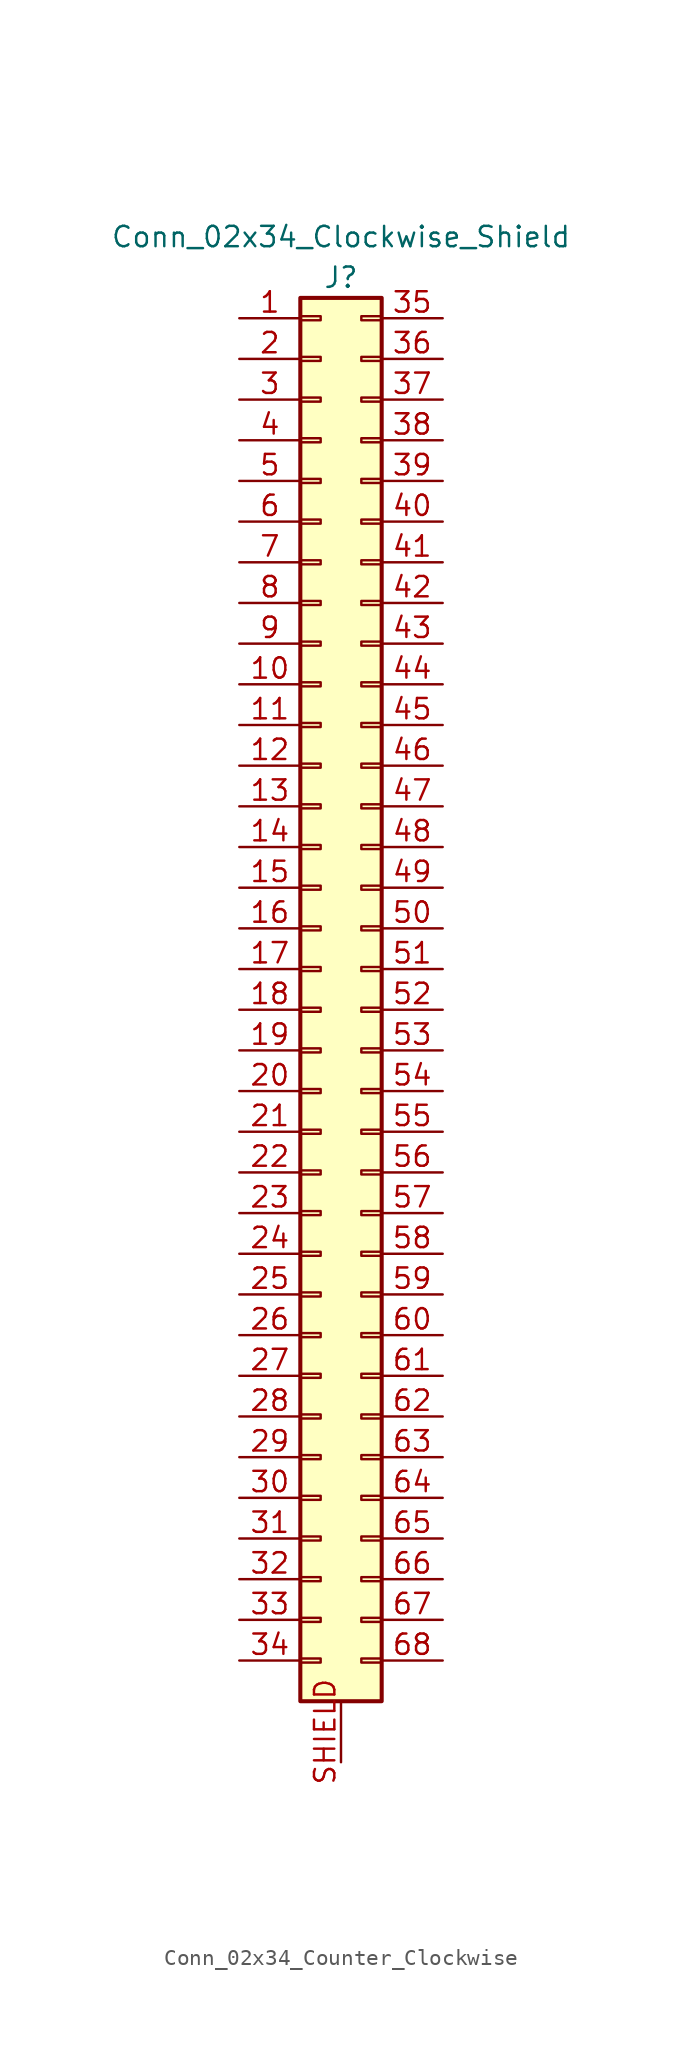
<source format=kicad_sym>
(kicad_symbol_lib
  (version 20241209)
  (generator "kicad_symbol_editor")
  (generator_version "9.0")
  (symbol "Conn_02x34_Counter_Clockwise"
    (pin_names
      (offset 1.016)
      (hide yes))
    (property "Reference" "J"
      (at 0 43.18 0)
      (effects (font (size 1.27 1.27))))
    (property "Value" "Conn_02x34_Clockwise_Shield"
      (at 0 45.72 0)
      (effects (font (size 1.27 1.27))))
    (symbol "Conn_02x34_Counter_Clockwise_1_1"
      (rectangle (start -2.54 41.91) (end 2.54 -45.72) (stroke (width 0.254) (type default)) (fill (type background)))
      (rectangle (start -2.54 40.767) (end -1.27 40.513) (stroke (width 0.152) (type default)) (fill (type none)))
      (rectangle (start -2.54 38.227) (end -1.27 37.973) (stroke (width 0.152) (type default)) (fill (type none)))
      (rectangle (start -2.54 35.687) (end -1.27 35.433) (stroke (width 0.152) (type default)) (fill (type none)))
      (rectangle (start -2.54 33.147) (end -1.27 32.893) (stroke (width 0.152) (type default)) (fill (type none)))
      (rectangle (start -2.54 30.607) (end -1.27 30.353) (stroke (width 0.152) (type default)) (fill (type none)))
      (rectangle (start -2.54 28.067) (end -1.27 27.813) (stroke (width 0.152) (type default)) (fill (type none)))
      (rectangle (start -2.54 25.527) (end -1.27 25.273) (stroke (width 0.152) (type default)) (fill (type none)))
      (rectangle (start -2.54 22.987) (end -1.27 22.733) (stroke (width 0.152) (type default)) (fill (type none)))
      (rectangle (start -2.54 20.447) (end -1.27 20.193) (stroke (width 0.152) (type default)) (fill (type none)))
      (rectangle (start -2.54 17.907) (end -1.27 17.653) (stroke (width 0.152) (type default)) (fill (type none)))
      (rectangle (start -2.54 15.367) (end -1.27 15.113) (stroke (width 0.152) (type default)) (fill (type none)))
      (rectangle (start -2.54 12.827) (end -1.27 12.573) (stroke (width 0.152) (type default)) (fill (type none)))
      (rectangle (start -2.54 10.287) (end -1.27 10.033) (stroke (width 0.152) (type default)) (fill (type none)))
      (rectangle (start -2.54 7.747) (end -1.27 7.493) (stroke (width 0.152) (type default)) (fill (type none)))
      (rectangle (start -2.54 5.207) (end -1.27 4.953) (stroke (width 0.152) (type default)) (fill (type none)))
      (rectangle (start -2.54 2.667) (end -1.27 2.413) (stroke (width 0.152) (type default)) (fill (type none)))
      (rectangle (start -2.54 0.127) (end -1.27 -0.127) (stroke (width 0.152) (type default)) (fill (type none)))
      (rectangle (start -2.54 -2.413) (end -1.27 -2.667) (stroke (width 0.152) (type default)) (fill (type none)))
      (rectangle (start -2.54 -4.953) (end -1.27 -5.207) (stroke (width 0.152) (type default)) (fill (type none)))
      (rectangle (start -2.54 -7.493) (end -1.27 -7.747) (stroke (width 0.152) (type default)) (fill (type none)))
      (rectangle (start -2.54 -10.033) (end -1.27 -10.287) (stroke (width 0.152) (type default)) (fill (type none)))
      (rectangle (start -2.54 -12.573) (end -1.27 -12.827) (stroke (width 0.152) (type default)) (fill (type none)))
      (rectangle (start -2.54 -15.113) (end -1.27 -15.367) (stroke (width 0.152) (type default)) (fill (type none)))
      (rectangle (start -2.54 -17.653) (end -1.27 -17.907) (stroke (width 0.152) (type default)) (fill (type none)))
      (rectangle (start -2.54 -20.193) (end -1.27 -20.447) (stroke (width 0.152) (type default)) (fill (type none)))
      (rectangle (start -2.54 -22.733) (end -1.27 -22.987) (stroke (width 0.152) (type default)) (fill (type none)))
      (rectangle (start -2.54 -25.273) (end -1.27 -25.527) (stroke (width 0.152) (type default)) (fill (type none)))
      (rectangle (start -2.54 -27.813) (end -1.27 -28.067) (stroke (width 0.152) (type default)) (fill (type none)))
      (rectangle (start -2.54 -30.353) (end -1.27 -30.607) (stroke (width 0.152) (type default)) (fill (type none)))
      (rectangle (start -2.54 -32.893) (end -1.27 -33.147) (stroke (width 0.152) (type default)) (fill (type none)))
      (rectangle (start -2.54 -35.433) (end -1.27 -35.687) (stroke (width 0.152) (type default)) (fill (type none)))
      (rectangle (start -2.54 -37.973) (end -1.27 -38.227) (stroke (width 0.152) (type default)) (fill (type none)))
      (rectangle (start -2.54 -40.513) (end -1.27 -40.767) (stroke (width 0.152) (type default)) (fill (type none)))
      (rectangle (start -2.54 -43.053) (end -1.27 -43.307) (stroke (width 0.152) (type default)) (fill (type none)))
      (rectangle (start 2.54 40.767) (end 1.27 40.513) (stroke (width 0.152) (type default)) (fill (type none)))
      (rectangle (start 2.54 38.227) (end 1.27 37.973) (stroke (width 0.152) (type default)) (fill (type none)))
      (rectangle (start 2.54 35.687) (end 1.27 35.433) (stroke (width 0.152) (type default)) (fill (type none)))
      (rectangle (start 2.54 33.147) (end 1.27 32.893) (stroke (width 0.152) (type default)) (fill (type none)))
      (rectangle (start 2.54 30.607) (end 1.27 30.353) (stroke (width 0.152) (type default)) (fill (type none)))
      (rectangle (start 2.54 28.067) (end 1.27 27.813) (stroke (width 0.152) (type default)) (fill (type none)))
      (rectangle (start 2.54 25.527) (end 1.27 25.273) (stroke (width 0.152) (type default)) (fill (type none)))
      (rectangle (start 2.54 22.987) (end 1.27 22.733) (stroke (width 0.152) (type default)) (fill (type none)))
      (rectangle (start 2.54 20.447) (end 1.27 20.193) (stroke (width 0.152) (type default)) (fill (type none)))
      (rectangle (start 2.54 17.907) (end 1.27 17.653) (stroke (width 0.152) (type default)) (fill (type none)))
      (rectangle (start 2.54 15.367) (end 1.27 15.113) (stroke (width 0.152) (type default)) (fill (type none)))
      (rectangle (start 2.54 12.827) (end 1.27 12.573) (stroke (width 0.152) (type default)) (fill (type none)))
      (rectangle (start 2.54 10.287) (end 1.27 10.033) (stroke (width 0.152) (type default)) (fill (type none)))
      (rectangle (start 2.54 7.747) (end 1.27 7.493) (stroke (width 0.152) (type default)) (fill (type none)))
      (rectangle (start 2.54 5.207) (end 1.27 4.953) (stroke (width 0.152) (type default)) (fill (type none)))
      (rectangle (start 2.54 2.667) (end 1.27 2.413) (stroke (width 0.152) (type default)) (fill (type none)))
      (rectangle (start 2.54 0.127) (end 1.27 -0.127) (stroke (width 0.152) (type default)) (fill (type none)))
      (rectangle (start 2.54 -2.413) (end 1.27 -2.667) (stroke (width 0.152) (type default)) (fill (type none)))
      (rectangle (start 2.54 -4.953) (end 1.27 -5.207) (stroke (width 0.152) (type default)) (fill (type none)))
      (rectangle (start 2.54 -7.493) (end 1.27 -7.747) (stroke (width 0.152) (type default)) (fill (type none)))
      (rectangle (start 2.54 -10.033) (end 1.27 -10.287) (stroke (width 0.152) (type default)) (fill (type none)))
      (rectangle (start 2.54 -12.573) (end 1.27 -12.827) (stroke (width 0.152) (type default)) (fill (type none)))
      (rectangle (start 2.54 -15.113) (end 1.27 -15.367) (stroke (width 0.152) (type default)) (fill (type none)))
      (rectangle (start 2.54 -17.653) (end 1.27 -17.907) (stroke (width 0.152) (type default)) (fill (type none)))
      (rectangle (start 2.54 -20.193) (end 1.27 -20.447) (stroke (width 0.152) (type default)) (fill (type none)))
      (rectangle (start 2.54 -22.733) (end 1.27 -22.987) (stroke (width 0.152) (type default)) (fill (type none)))
      (rectangle (start 2.54 -25.273) (end 1.27 -25.527) (stroke (width 0.152) (type default)) (fill (type none)))
      (rectangle (start 2.54 -27.813) (end 1.27 -28.067) (stroke (width 0.152) (type default)) (fill (type none)))
      (rectangle (start 2.54 -30.353) (end 1.27 -30.607) (stroke (width 0.152) (type default)) (fill (type none)))
      (rectangle (start 2.54 -32.893) (end 1.27 -33.147) (stroke (width 0.152) (type default)) (fill (type none)))
      (rectangle (start 2.54 -35.433) (end 1.27 -35.687) (stroke (width 0.152) (type default)) (fill (type none)))
      (rectangle (start 2.54 -37.973) (end 1.27 -38.227) (stroke (width 0.152) (type default)) (fill (type none)))
      (rectangle (start 2.54 -40.513) (end 1.27 -40.767) (stroke (width 0.152) (type default)) (fill (type none)))
      (rectangle (start 2.54 -43.053) (end 1.27 -43.307) (stroke (width 0.152) (type default)) (fill (type none)))
      (pin passive line (at -6.35 40.64 0) (length 3.81) (name "Pin_1" (effects (font (size 1.27 1.27)))) (number "1" (effects (font (size 1.27 1.27)))))
      (pin passive line (at -6.35 38.1 0) (length 3.81) (name "Pin_2" (effects (font (size 1.27 1.27)))) (number "2" (effects (font (size 1.27 1.27)))))
      (pin passive line (at -6.35 35.56 0) (length 3.81) (name "Pin_3" (effects (font (size 1.27 1.27)))) (number "3" (effects (font (size 1.27 1.27)))))
      (pin passive line (at -6.35 33.02 0) (length 3.81) (name "Pin_4" (effects (font (size 1.27 1.27)))) (number "4" (effects (font (size 1.27 1.27)))))
      (pin passive line (at -6.35 30.48 0) (length 3.81) (name "Pin_5" (effects (font (size 1.27 1.27)))) (number "5" (effects (font (size 1.27 1.27)))))
      (pin passive line (at -6.35 27.94 0) (length 3.81) (name "Pin_6" (effects (font (size 1.27 1.27)))) (number "6" (effects (font (size 1.27 1.27)))))
      (pin passive line (at -6.35 25.4 0) (length 3.81) (name "Pin_7" (effects (font (size 1.27 1.27)))) (number "7" (effects (font (size 1.27 1.27)))))
      (pin passive line (at -6.35 22.86 0) (length 3.81) (name "Pin_8" (effects (font (size 1.27 1.27)))) (number "8" (effects (font (size 1.27 1.27)))))
      (pin passive line (at -6.35 20.32 0) (length 3.81) (name "Pin_9" (effects (font (size 1.27 1.27)))) (number "9" (effects (font (size 1.27 1.27)))))
      (pin passive line (at -6.35 17.78 0) (length 3.81) (name "Pin_10" (effects (font (size 1.27 1.27)))) (number "10" (effects (font (size 1.27 1.27)))))
      (pin passive line (at -6.35 15.24 0) (length 3.81) (name "Pin_11" (effects (font (size 1.27 1.27)))) (number "11" (effects (font (size 1.27 1.27)))))
      (pin passive line (at -6.35 12.7 0) (length 3.81) (name "Pin_12" (effects (font (size 1.27 1.27)))) (number "12" (effects (font (size 1.27 1.27)))))
      (pin passive line (at -6.35 10.16 0) (length 3.81) (name "Pin_13" (effects (font (size 1.27 1.27)))) (number "13" (effects (font (size 1.27 1.27)))))
      (pin passive line (at -6.35 7.62 0) (length 3.81) (name "Pin_14" (effects (font (size 1.27 1.27)))) (number "14" (effects (font (size 1.27 1.27)))))
      (pin passive line (at -6.35 5.08 0) (length 3.81) (name "Pin_15" (effects (font (size 1.27 1.27)))) (number "15" (effects (font (size 1.27 1.27)))))
      (pin passive line (at -6.35 2.54 0) (length 3.81) (name "Pin_16" (effects (font (size 1.27 1.27)))) (number "16" (effects (font (size 1.27 1.27)))))
      (pin passive line (at -6.35 0 0) (length 3.81) (name "Pin_17" (effects (font (size 1.27 1.27)))) (number "17" (effects (font (size 1.27 1.27)))))
      (pin passive line (at -6.35 -2.54 0) (length 3.81) (name "Pin_18" (effects (font (size 1.27 1.27)))) (number "18" (effects (font (size 1.27 1.27)))))
      (pin passive line (at -6.35 -5.08 0) (length 3.81) (name "Pin_19" (effects (font (size 1.27 1.27)))) (number "19" (effects (font (size 1.27 1.27)))))
      (pin passive line (at -6.35 -7.62 0) (length 3.81) (name "Pin_20" (effects (font (size 1.27 1.27)))) (number "20" (effects (font (size 1.27 1.27)))))
      (pin passive line (at -6.35 -10.16 0) (length 3.81) (name "Pin_21" (effects (font (size 1.27 1.27)))) (number "21" (effects (font (size 1.27 1.27)))))
      (pin passive line (at -6.35 -12.7 0) (length 3.81) (name "Pin_22" (effects (font (size 1.27 1.27)))) (number "22" (effects (font (size 1.27 1.27)))))
      (pin passive line (at -6.35 -15.24 0) (length 3.81) (name "Pin_23" (effects (font (size 1.27 1.27)))) (number "23" (effects (font (size 1.27 1.27)))))
      (pin passive line (at -6.35 -17.78 0) (length 3.81) (name "Pin_24" (effects (font (size 1.27 1.27)))) (number "24" (effects (font (size 1.27 1.27)))))
      (pin passive line (at -6.35 -20.32 0) (length 3.81) (name "Pin_25" (effects (font (size 1.27 1.27)))) (number "25" (effects (font (size 1.27 1.27)))))
      (pin passive line (at -6.35 -22.86 0) (length 3.81) (name "Pin_26" (effects (font (size 1.27 1.27)))) (number "26" (effects (font (size 1.27 1.27)))))
      (pin passive line (at -6.35 -25.4 0) (length 3.81) (name "Pin_27" (effects (font (size 1.27 1.27)))) (number "27" (effects (font (size 1.27 1.27)))))
      (pin passive line (at -6.35 -27.94 0) (length 3.81) (name "Pin_28" (effects (font (size 1.27 1.27)))) (number "28" (effects (font (size 1.27 1.27)))))
      (pin passive line (at -6.35 -30.48 0) (length 3.81) (name "Pin_29" (effects (font (size 1.27 1.27)))) (number "29" (effects (font (size 1.27 1.27)))))
      (pin passive line (at -6.35 -33.02 0) (length 3.81) (name "Pin_30" (effects (font (size 1.27 1.27)))) (number "30" (effects (font (size 1.27 1.27)))))
      (pin passive line (at -6.35 -35.56 0) (length 3.81) (name "Pin_31" (effects (font (size 1.27 1.27)))) (number "31" (effects (font (size 1.27 1.27)))))
      (pin passive line (at -6.35 -38.1 0) (length 3.81) (name "Pin_32" (effects (font (size 1.27 1.27)))) (number "32" (effects (font (size 1.27 1.27)))))
      (pin passive line (at -6.35 -40.64 0) (length 3.81) (name "Pin_33" (effects (font (size 1.27 1.27)))) (number "33" (effects (font (size 1.27 1.27)))))
      (pin passive line (at -6.35 -43.18 0) (length 3.81) (name "Pin_34" (effects (font (size 1.27 1.27)))) (number "34" (effects (font (size 1.27 1.27)))))
      (pin power_in line (at 0 -49.53 90) (length 3.81) (name "SHIELD" (effects (font (size 1.27 1.27)))) (number "SHIELD" (effects (font (size 1.27 1.27)))))
      (pin passive line (at 6.35 40.64 180) (length 3.81) (name "Pin_35" (effects (font (size 1.27 1.27)))) (number "35" (effects (font (size 1.27 1.27)))))
      (pin passive line (at 6.35 38.1 180) (length 3.81) (name "Pin_36" (effects (font (size 1.27 1.27)))) (number "36" (effects (font (size 1.27 1.27)))))
      (pin passive line (at 6.35 35.56 180) (length 3.81) (name "Pin_37" (effects (font (size 1.27 1.27)))) (number "37" (effects (font (size 1.27 1.27)))))
      (pin passive line (at 6.35 33.02 180) (length 3.81) (name "Pin_38" (effects (font (size 1.27 1.27)))) (number "38" (effects (font (size 1.27 1.27)))))
      (pin passive line (at 6.35 30.48 180) (length 3.81) (name "Pin_39" (effects (font (size 1.27 1.27)))) (number "39" (effects (font (size 1.27 1.27)))))
      (pin passive line (at 6.35 27.94 180) (length 3.81) (name "Pin_40" (effects (font (size 1.27 1.27)))) (number "40" (effects (font (size 1.27 1.27)))))
      (pin passive line (at 6.35 25.4 180) (length 3.81) (name "Pin_41" (effects (font (size 1.27 1.27)))) (number "41" (effects (font (size 1.27 1.27)))))
      (pin passive line (at 6.35 22.86 180) (length 3.81) (name "Pin_42" (effects (font (size 1.27 1.27)))) (number "42" (effects (font (size 1.27 1.27)))))
      (pin passive line (at 6.35 20.32 180) (length 3.81) (name "Pin_43" (effects (font (size 1.27 1.27)))) (number "43" (effects (font (size 1.27 1.27)))))
      (pin passive line (at 6.35 17.78 180) (length 3.81) (name "Pin_44" (effects (font (size 1.27 1.27)))) (number "44" (effects (font (size 1.27 1.27)))))
      (pin passive line (at 6.35 15.24 180) (length 3.81) (name "Pin_45" (effects (font (size 1.27 1.27)))) (number "45" (effects (font (size 1.27 1.27)))))
      (pin passive line (at 6.35 12.7 180) (length 3.81) (name "Pin_46" (effects (font (size 1.27 1.27)))) (number "46" (effects (font (size 1.27 1.27)))))
      (pin passive line (at 6.35 10.16 180) (length 3.81) (name "Pin_47" (effects (font (size 1.27 1.27)))) (number "47" (effects (font (size 1.27 1.27)))))
      (pin passive line (at 6.35 7.62 180) (length 3.81) (name "Pin_48" (effects (font (size 1.27 1.27)))) (number "48" (effects (font (size 1.27 1.27)))))
      (pin passive line (at 6.35 5.08 180) (length 3.81) (name "Pin_49" (effects (font (size 1.27 1.27)))) (number "49" (effects (font (size 1.27 1.27)))))
      (pin passive line (at 6.35 2.54 180) (length 3.81) (name "Pin_50" (effects (font (size 1.27 1.27)))) (number "50" (effects (font (size 1.27 1.27)))))
      (pin passive line (at 6.35 0 180) (length 3.81) (name "Pin_51" (effects (font (size 1.27 1.27)))) (number "51" (effects (font (size 1.27 1.27)))))
      (pin passive line (at 6.35 -2.54 180) (length 3.81) (name "Pin_52" (effects (font (size 1.27 1.27)))) (number "52" (effects (font (size 1.27 1.27)))))
      (pin passive line (at 6.35 -5.08 180) (length 3.81) (name "Pin_53" (effects (font (size 1.27 1.27)))) (number "53" (effects (font (size 1.27 1.27)))))
      (pin passive line (at 6.35 -7.62 180) (length 3.81) (name "Pin_54" (effects (font (size 1.27 1.27)))) (number "54" (effects (font (size 1.27 1.27)))))
      (pin passive line (at 6.35 -10.16 180) (length 3.81) (name "Pin_55" (effects (font (size 1.27 1.27)))) (number "55" (effects (font (size 1.27 1.27)))))
      (pin passive line (at 6.35 -12.7 180) (length 3.81) (name "Pin_56" (effects (font (size 1.27 1.27)))) (number "56" (effects (font (size 1.27 1.27)))))
      (pin passive line (at 6.35 -15.24 180) (length 3.81) (name "Pin_57" (effects (font (size 1.27 1.27)))) (number "57" (effects (font (size 1.27 1.27)))))
      (pin passive line (at 6.35 -17.78 180) (length 3.81) (name "Pin_58" (effects (font (size 1.27 1.27)))) (number "58" (effects (font (size 1.27 1.27)))))
      (pin passive line (at 6.35 -20.32 180) (length 3.81) (name "Pin_59" (effects (font (size 1.27 1.27)))) (number "59" (effects (font (size 1.27 1.27)))))
      (pin passive line (at 6.35 -22.86 180) (length 3.81) (name "Pin_60" (effects (font (size 1.27 1.27)))) (number "60" (effects (font (size 1.27 1.27)))))
      (pin passive line (at 6.35 -25.4 180) (length 3.81) (name "Pin_61" (effects (font (size 1.27 1.27)))) (number "61" (effects (font (size 1.27 1.27)))))
      (pin passive line (at 6.35 -27.94 180) (length 3.81) (name "Pin_62" (effects (font (size 1.27 1.27)))) (number "62" (effects (font (size 1.27 1.27)))))
      (pin passive line (at 6.35 -30.48 180) (length 3.81) (name "Pin_63" (effects (font (size 1.27 1.27)))) (number "63" (effects (font (size 1.27 1.27)))))
      (pin passive line (at 6.35 -33.02 180) (length 3.81) (name "Pin_64" (effects (font (size 1.27 1.27)))) (number "64" (effects (font (size 1.27 1.27)))))
      (pin passive line (at 6.35 -35.56 180) (length 3.81) (name "Pin_65" (effects (font (size 1.27 1.27)))) (number "65" (effects (font (size 1.27 1.27)))))
      (pin passive line (at 6.35 -38.1 180) (length 3.81) (name "Pin_66" (effects (font (size 1.27 1.27)))) (number "66" (effects (font (size 1.27 1.27)))))
      (pin passive line (at 6.35 -40.64 180) (length 3.81) (name "Pin_67" (effects (font (size 1.27 1.27)))) (number "67" (effects (font (size 1.27 1.27)))))
      (pin passive line (at 6.35 -43.18 180) (length 3.81) (name "Pin_68" (effects (font (size 1.27 1.27)))) (number "68" (effects (font (size 1.27 1.27))))))))
</source>
